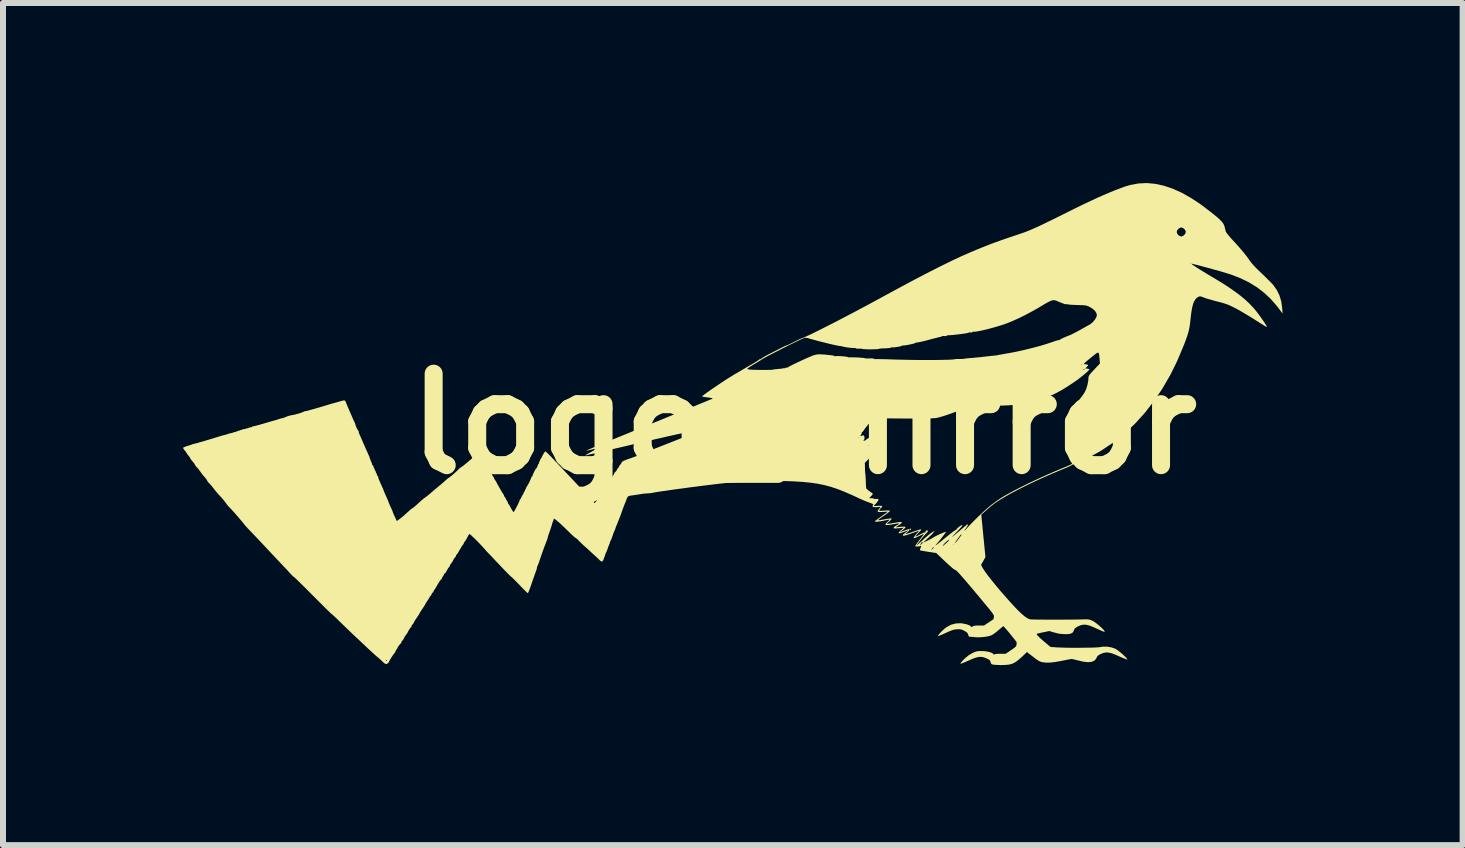
<source format=kicad_pcb>
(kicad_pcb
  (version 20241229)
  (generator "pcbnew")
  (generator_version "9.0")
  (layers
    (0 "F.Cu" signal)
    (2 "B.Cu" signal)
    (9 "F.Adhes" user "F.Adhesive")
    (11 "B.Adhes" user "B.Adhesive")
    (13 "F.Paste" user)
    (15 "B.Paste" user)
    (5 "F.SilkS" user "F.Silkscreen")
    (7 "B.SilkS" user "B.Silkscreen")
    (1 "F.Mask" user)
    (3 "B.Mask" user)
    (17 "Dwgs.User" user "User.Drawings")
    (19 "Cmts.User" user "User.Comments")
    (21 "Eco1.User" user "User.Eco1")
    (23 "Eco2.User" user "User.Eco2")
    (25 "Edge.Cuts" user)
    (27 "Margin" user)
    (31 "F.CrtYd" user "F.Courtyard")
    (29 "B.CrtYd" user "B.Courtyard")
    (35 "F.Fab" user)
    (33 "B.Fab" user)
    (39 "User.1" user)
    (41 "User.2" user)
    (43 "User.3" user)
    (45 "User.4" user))
  (footprint "logo_mirror"
    (layer "F.Cu")
    (at 10.344 4.011)
    (property "Reference" "logo_mirror" (at 0 0 0) (layer "F.SilkS") (effects (font (size 1.524 1.524) (thickness 0.3))))
    (attr board_only exclude_from_pos_files exclude_from_bom)
    (fp_poly (pts (xy 3.651 0.455) (xy 3.646 0.46) (xy 3.641 0.455) (xy 3.646 0.45)) (stroke (width 0) (type solid)) (fill yes) (layer "F.SilkS"))
    (fp_poly (pts (xy 5.574 -4.004) (xy 5.439 -3.979) (xy 5.35 -3.953) (xy 5.264 -3.921) (xy 5.177 -3.888) (xy 5.087 -3.851) (xy 4.991 -3.81) (xy 4.887 -3.764) (xy 4.775 -3.712) (xy 4.65 -3.653) (xy 4.513 -3.586) (xy 4.369 -3.514) (xy 4.25 -3.455) (xy 4.147 -3.404) (xy 4.058 -3.361) (xy 3.98 -3.323) (xy 3.913 -3.291) (xy 3.853 -3.264) (xy 3.799 -3.24) (xy 3.749 -3.219) (xy 3.701 -3.2) (xy 3.652 -3.182) (xy 3.602 -3.165) (xy 3.547 -3.146) (xy 3.504 -3.132) (xy 3.376 -3.089) (xy 3.253 -3.046) (xy 3.132 -3.002) (xy 3.014 -2.956) (xy 2.895 -2.908) (xy 2.774 -2.857) (xy 2.65 -2.803) (xy 2.522 -2.744) (xy 2.388 -2.679) (xy 2.246 -2.609) (xy 2.096 -2.533) (xy 1.934 -2.449) (xy 1.761 -2.358) (xy 1.574 -2.257) (xy 1.372 -2.148) (xy 1.281 -2.098) (xy 1.164 -2.035) (xy 1.046 -1.971) (xy 0.927 -1.908) (xy 0.809 -1.845) (xy 0.692 -1.784) (xy 0.58 -1.725) (xy 0.472 -1.67) (xy 0.37 -1.618) (xy 0.277 -1.571) (xy 0.193 -1.529) (xy 0.12 -1.493) (xy 0.059 -1.465) (xy 0.011 -1.443) (xy -0.021 -1.43) (xy -0.034 -1.426) (xy -0.046 -1.421) (xy -0.073 -1.409) (xy -0.111 -1.391) (xy -0.155 -1.369) (xy -0.168 -1.362) (xy -0.212 -1.34) (xy -0.249 -1.322) (xy -0.276 -1.31) (xy -0.289 -1.305) (xy -0.29 -1.306) (xy -0.298 -1.303) (xy -0.321 -1.293) (xy -0.355 -1.276) (xy -0.398 -1.255) (xy -0.411 -1.248) (xy -0.465 -1.22) (xy -0.521 -1.191) (xy -0.572 -1.165) (xy -0.611 -1.145) (xy -0.649 -1.124) (xy -0.682 -1.105) (xy -0.705 -1.089) (xy -0.71 -1.086) (xy -0.724 -1.075) (xy -0.73 -1.076) (xy -0.736 -1.076) (xy -0.752 -1.065) (xy -0.753 -1.063) (xy -0.768 -1.052) (xy -0.798 -1.033) (xy -0.839 -1.008) (xy -0.889 -0.979) (xy -0.944 -0.947) (xy -0.955 -0.941) (xy -1.021 -0.902) (xy -1.093 -0.86) (xy -1.165 -0.818) (xy -1.229 -0.778) (xy -1.272 -0.752) (xy -1.318 -0.722) (xy -1.37 -0.688) (xy -1.425 -0.651) (xy -1.481 -0.613) (xy -1.535 -0.576) (xy -1.586 -0.541) (xy -1.63 -0.509) (xy -1.665 -0.483) (xy -1.688 -0.465) (xy -1.698 -0.455) (xy -1.698 -0.455) (xy -1.688 -0.452) (xy -1.662 -0.448) (xy -1.625 -0.442) (xy -1.601 -0.439) (xy -1.559 -0.433) (xy -1.533 -0.429) (xy -1.522 -0.425) (xy -1.523 -0.42) (xy -1.532 -0.415) (xy -1.544 -0.409) (xy -1.574 -0.397) (xy -1.619 -0.378) (xy -1.68 -0.353) (xy -1.754 -0.323) (xy -1.841 -0.287) (xy -1.939 -0.247) (xy -2.047 -0.203) (xy -2.164 -0.155) (xy -2.289 -0.104) (xy -2.42 -0.05) (xy -2.557 0.005) (xy -2.594 0.02) (xy -2.731 0.076) (xy -2.862 0.13) (xy -2.987 0.181) (xy -3.105 0.229) (xy -3.213 0.274) (xy -3.312 0.314) (xy -3.399 0.351) (xy -3.474 0.382) (xy -3.535 0.407) (xy -3.582 0.427) (xy -3.613 0.44) (xy -3.627 0.447) (xy -3.628 0.447) (xy -3.623 0.448) (xy -3.61 0.446) (xy -3.587 0.441) (xy -3.551 0.433) (xy -3.5 0.42) (xy -3.436 0.404) (xy -3.437 0.407) (xy -3.452 0.417) (xy -3.48 0.433) (xy -3.518 0.454) (xy -3.523 0.458) (xy -3.579 0.488) (xy -3.617 0.51) (xy -3.638 0.524) (xy -3.641 0.529) (xy -3.631 0.526) (xy -3.619 0.523) (xy -3.59 0.516) (xy -3.543 0.505) (xy -3.481 0.491) (xy -3.406 0.473) (xy -3.318 0.453) (xy -3.22 0.43) (xy -3.112 0.405) (xy -2.995 0.378) (xy -2.873 0.349) (xy -2.769 0.325) (xy -2.62 0.291) (xy -2.488 0.26) (xy -2.373 0.234) (xy -2.274 0.211) (xy -2.189 0.192) (xy -2.117 0.176) (xy -2.056 0.163) (xy -2.006 0.153) (xy -1.966 0.145) (xy -1.933 0.139) (xy -1.906 0.135) (xy -1.885 0.133) (xy -1.867 0.132) (xy -1.852 0.132) (xy -1.85 0.132) (xy -1.777 0.135) (xy -2.216 0.309) (xy -2.308 0.345) (xy -2.397 0.38) (xy -2.48 0.413) (xy -2.555 0.443) (xy -2.62 0.47) (xy -2.673 0.491) (xy -2.712 0.507) (xy -2.731 0.515) (xy -2.775 0.533) (xy -2.829 0.553) (xy -2.884 0.573) (xy -2.906 0.58) (xy -2.964 0.601) (xy -3.005 0.618) (xy -3.029 0.634) (xy -3.04 0.649) (xy -3.041 0.655) (xy -3.048 0.669) (xy -3.061 0.683) (xy -3.076 0.701) (xy -3.081 0.715) (xy -3.086 0.729) (xy -3.09 0.73) (xy -3.099 0.739) (xy -3.111 0.759) (xy -3.111 0.761) (xy -3.127 0.787) (xy -3.145 0.806) (xy -3.158 0.816) (xy -3.158 0.82) (xy -3.158 0.827) (xy -3.167 0.845) (xy -3.171 0.849) (xy -3.184 0.872) (xy -3.191 0.888) (xy -3.191 0.889) (xy -3.199 0.902) (xy -3.211 0.91) (xy -3.227 0.926) (xy -3.231 0.938) (xy -3.239 0.957) (xy -3.252 0.968) (xy -3.265 0.981) (xy -3.267 0.989) (xy -3.27 1.001) (xy -3.282 1.016) (xy -3.296 1.033) (xy -3.301 1.046) (xy -3.308 1.062) (xy -3.317 1.071) (xy -3.335 1.092) (xy -3.343 1.105) (xy -3.371 1.157) (xy -3.395 1.189) (xy -3.408 1.207) (xy -3.411 1.217) (xy -3.418 1.231) (xy -3.431 1.245) (xy -3.444 1.261) (xy -3.446 1.27) (xy -3.45 1.281) (xy -3.464 1.298) (xy -3.465 1.299) (xy -3.488 1.321) (xy -3.557 1.248) (xy -3.594 1.208) (xy -3.633 1.167) (xy -3.666 1.131) (xy -3.676 1.12) (xy -3.698 1.096) (xy -3.731 1.061) (xy -3.771 1.017) (xy -3.817 0.968) (xy -3.865 0.917) (xy -3.881 0.9) (xy -3.937 0.841) (xy -3.998 0.776) (xy -4.06 0.71) (xy -4.117 0.649) (xy -4.166 0.598) (xy -4.207 0.554) (xy -4.244 0.517) (xy -4.275 0.487) (xy -4.297 0.467) (xy -4.308 0.46) (xy -4.308 0.46) (xy -4.318 0.469) (xy -4.333 0.491) (xy -4.35 0.522) (xy -4.352 0.525) (xy -4.368 0.558) (xy -4.383 0.583) (xy -4.392 0.595) (xy -4.392 0.596) (xy -4.398 0.607) (xy -4.397 0.61) (xy -4.399 0.622) (xy -4.406 0.63) (xy -4.416 0.647) (xy -4.415 0.656) (xy -4.416 0.668) (xy -4.421 0.67) (xy -4.43 0.678) (xy -4.432 0.686) (xy -4.437 0.704) (xy -4.449 0.729) (xy -4.464 0.752) (xy -4.472 0.76) (xy -4.481 0.774) (xy -4.494 0.799) (xy -4.507 0.828) (xy -4.518 0.853) (xy -4.522 0.868) (xy -4.522 0.868) (xy -4.528 0.879) (xy -4.532 0.88) (xy -4.541 0.888) (xy -4.542 0.894) (xy -4.546 0.909) (xy -4.558 0.936) (xy -4.573 0.969) (xy -4.59 1.001) (xy -4.604 1.027) (xy -4.614 1.041) (xy -4.615 1.041) (xy -4.624 1.056) (xy -4.625 1.063) (xy -4.634 1.083) (xy -4.641 1.094) (xy -4.648 1.107) (xy -4.647 1.11) (xy -4.646 1.117) (xy -4.657 1.13) (xy -4.668 1.145) (xy -4.669 1.15) (xy -4.67 1.158) (xy -4.68 1.176) (xy -4.687 1.187) (xy -4.702 1.212) (xy -4.711 1.232) (xy -4.712 1.237) (xy -4.718 1.249) (xy -4.722 1.25) (xy -4.731 1.258) (xy -4.732 1.262) (xy -4.736 1.278) (xy -4.747 1.305) (xy -4.763 1.34) (xy -4.782 1.377) (xy -4.801 1.414) (xy -4.818 1.444) (xy -4.831 1.465) (xy -4.837 1.471) (xy -4.846 1.462) (xy -4.861 1.44) (xy -4.878 1.41) (xy -4.88 1.406) (xy -4.898 1.373) (xy -4.913 1.348) (xy -4.922 1.335) (xy -4.923 1.335) (xy -4.931 1.321) (xy -4.932 1.315) (xy -4.938 1.296) (xy -4.947 1.283) (xy -4.959 1.265) (xy -4.963 1.255) (xy -4.969 1.241) (xy -4.978 1.229) (xy -4.992 1.209) (xy -4.996 1.197) (xy -5.004 1.177) (xy -5.013 1.163) (xy -5.029 1.143) (xy -5.036 1.13) (xy -5.045 1.113) (xy -5.06 1.087) (xy -5.067 1.075) (xy -5.087 1.04) (xy -5.108 1.002) (xy -5.114 0.99) (xy -5.13 0.961) (xy -5.144 0.939) (xy -5.15 0.932) (xy -5.16 0.914) (xy -5.162 0.906) (xy -5.169 0.889) (xy -5.177 0.88) (xy -5.19 0.861) (xy -5.192 0.849) (xy -5.196 0.834) (xy -5.202 0.83) (xy -5.207 0.829) (xy -5.214 0.822) (xy -5.223 0.807) (xy -5.236 0.782) (xy -5.256 0.744) (xy -5.274 0.708) (xy -5.291 0.676) (xy -5.307 0.651) (xy -5.317 0.641) (xy -5.33 0.622) (xy -5.332 0.61) (xy -5.339 0.589) (xy -5.347 0.58) (xy -5.36 0.564) (xy -5.362 0.556) (xy -5.367 0.545) (xy -5.412 0.545) (xy -5.417 0.55) (xy -5.422 0.545) (xy -5.417 0.54) (xy -5.412 0.545) (xy -5.367 0.545) (xy -5.369 0.542) (xy -5.383 0.52) (xy -5.387 0.516) (xy -5.403 0.498) (xy -5.415 0.493) (xy -5.429 0.5) (xy -5.434 0.504) (xy -5.485 0.541) (xy -5.529 0.577) (xy -5.577 0.617) (xy -5.601 0.638) (xy -5.638 0.669) (xy -5.674 0.698) (xy -5.703 0.719) (xy -5.712 0.725) (xy -5.736 0.741) (xy -5.751 0.755) (xy -5.754 0.758) (xy -5.762 0.768) (xy -5.781 0.787) (xy -5.808 0.811) (xy -5.837 0.837) (xy -5.867 0.862) (xy -5.892 0.883) (xy -5.911 0.897) (xy -5.918 0.9) (xy -5.918 0.9) (xy -5.925 0.904) (xy -5.942 0.918) (xy -5.963 0.937) (xy -5.998 0.968) (xy -6.036 1.001) (xy -6.055 1.017) (xy -6.083 1.04) (xy -6.12 1.071) (xy -6.161 1.106) (xy -6.192 1.132) (xy -6.23 1.165) (xy -6.265 1.194) (xy -6.294 1.216) (xy -6.309 1.227) (xy -6.33 1.242) (xy -6.359 1.266) (xy -6.392 1.295) (xy -6.403 1.305) (xy -6.453 1.351) (xy -6.491 1.384) (xy -6.515 1.403) (xy -6.529 1.41) (xy -6.529 1.411) (xy -6.539 1.417) (xy -6.559 1.434) (xy -6.586 1.458) (xy -6.592 1.463) (xy -6.641 1.508) (xy -6.683 1.545) (xy -6.723 1.577) (xy -6.745 1.593) (xy -6.782 1.621) (xy -6.813 1.555) (xy -6.829 1.521) (xy -6.841 1.493) (xy -6.847 1.478) (xy -6.847 1.477) (xy -6.852 1.461) (xy -6.862 1.436) (xy -6.867 1.426) (xy -6.883 1.39) (xy -6.899 1.356) (xy -6.901 1.351) (xy -6.912 1.327) (xy -6.918 1.312) (xy -6.918 1.311) (xy -6.925 1.291) (xy -6.938 1.259) (xy -6.953 1.225) (xy -6.976 1.174) (xy -6.992 1.138) (xy -7.001 1.115) (xy -7.005 1.103) (xy -7.005 1.1) (xy -7.009 1.089) (xy -7.016 1.075) (xy -7.025 1.058) (xy -7.028 1.05) (xy -7.032 1.039) (xy -7.042 1.016) (xy -7.046 1.008) (xy -7.067 0.961) (xy -7.081 0.929) (xy -7.089 0.907) (xy -7.092 0.893) (xy -7.093 0.886) (xy -7.098 0.872) (xy -7.103 0.87) (xy -7.111 0.862) (xy -7.113 0.851) (xy -7.117 0.832) (xy -7.123 0.825) (xy -7.131 0.811) (xy -7.133 0.8) (xy -7.137 0.784) (xy -7.144 0.78) (xy -7.151 0.773) (xy -7.15 0.768) (xy -7.153 0.751) (xy -7.16 0.742) (xy -7.169 0.727) (xy -7.168 0.721) (xy -7.17 0.709) (xy -7.178 0.7) (xy -7.19 0.685) (xy -7.193 0.678) (xy -7.197 0.663) (xy -7.206 0.639) (xy -7.207 0.637) (xy -7.224 0.597) (xy -7.234 0.571) (xy -7.237 0.556) (xy -7.238 0.555) (xy -7.243 0.539) (xy -7.248 0.53) (xy -7.256 0.515) (xy -7.258 0.51) (xy -7.262 0.499) (xy -7.272 0.476) (xy -7.277 0.465) (xy -7.307 0.399) (xy -7.328 0.35) (xy -7.342 0.32) (xy -7.344 0.315) (xy -7.359 0.278) (xy -7.378 0.235) (xy -7.395 0.196) (xy -7.408 0.167) (xy -7.409 0.166) (xy -7.417 0.144) (xy -7.417 0.129) (xy -7.417 0.129) (xy -7.418 0.12) (xy -7.42 0.12) (xy -7.428 0.112) (xy -7.44 0.091) (xy -7.454 0.064) (xy -7.465 0.037) (xy -7.472 0.016) (xy -7.473 0.011) (xy -7.477 -0.003) (xy -7.488 -0.027) (xy -7.494 -0.042) (xy -7.509 -0.072) (xy -7.52 -0.098) (xy -7.523 -0.105) (xy -7.532 -0.126) (xy -7.545 -0.156) (xy -7.551 -0.17) (xy -7.568 -0.208) (xy -7.586 -0.251) (xy -7.605 -0.294) (xy -7.621 -0.333) (xy -7.632 -0.362) (xy -7.636 -0.373) (xy -7.65 -0.387) (xy -7.662 -0.39) (xy -7.676 -0.387) (xy -7.707 -0.38) (xy -7.751 -0.367) (xy -7.808 -0.351) (xy -7.873 -0.333) (xy -7.944 -0.312) (xy -7.967 -0.305) (xy -8.04 -0.283) (xy -8.108 -0.263) (xy -8.167 -0.246) (xy -8.217 -0.232) (xy -8.253 -0.222) (xy -8.273 -0.216) (xy -8.275 -0.216) (xy -8.295 -0.212) (xy -8.303 -0.21) (xy -8.317 -0.209) (xy -8.317 -0.209) (xy -8.331 -0.204) (xy -8.332 -0.203) (xy -8.345 -0.196) (xy -8.371 -0.186) (xy -8.406 -0.174) (xy -8.446 -0.163) (xy -8.484 -0.153) (xy -8.515 -0.146) (xy -8.524 -0.145) (xy -8.557 -0.139) (xy -8.592 -0.129) (xy -8.623 -0.118) (xy -8.638 -0.111) (xy -8.653 -0.105) (xy -8.68 -0.096) (xy -8.703 -0.091) (xy -8.735 -0.082) (xy -8.76 -0.075) (xy -8.768 -0.072) (xy -8.787 -0.064) (xy -8.793 -0.063) (xy -8.807 -0.06) (xy -8.837 -0.051) (xy -8.88 -0.039) (xy -8.932 -0.024) (xy -8.99 -0.007) (xy -8.993 -0.006) (xy -9.051 0.011) (xy -9.102 0.025) (xy -9.143 0.036) (xy -9.172 0.042) (xy -9.185 0.044) (xy -9.186 0.044) (xy -9.193 0.046) (xy -9.194 0.05) (xy -9.201 0.058) (xy -9.208 0.057) (xy -9.224 0.057) (xy -9.229 0.061) (xy -9.241 0.066) (xy -9.244 0.065) (xy -9.256 0.067) (xy -9.259 0.071) (xy -9.273 0.077) (xy -9.28 0.076) (xy -9.292 0.076) (xy -9.294 0.079) (xy -9.302 0.085) (xy -9.323 0.088) (xy -9.324 0.088) (xy -9.351 0.092) (xy -9.369 0.101) (xy -9.381 0.107) (xy -9.384 0.105) (xy -9.39 0.104) (xy -9.399 0.11) (xy -9.411 0.117) (xy -9.414 0.115) (xy -9.42 0.114) (xy -9.429 0.12) (xy -9.441 0.127) (xy -9.444 0.125) (xy -9.45 0.124) (xy -9.459 0.13) (xy -9.471 0.138) (xy -9.474 0.137) (xy -9.482 0.137) (xy -9.502 0.143) (xy -9.509 0.146) (xy -9.531 0.154) (xy -9.543 0.156) (xy -9.544 0.156) (xy -9.552 0.156) (xy -9.573 0.162) (xy -9.586 0.166) (xy -9.617 0.177) (xy -9.643 0.184) (xy -9.649 0.186) (xy -9.668 0.19) (xy -9.7 0.199) (xy -9.734 0.209) (xy -9.84 0.242) (xy -9.928 0.268) (xy -10 0.29) (xy -10.057 0.306) (xy -10.101 0.319) (xy -10.133 0.327) (xy -10.154 0.333) (xy -10.164 0.334) (xy -10.184 0.34) (xy -10.189 0.342) (xy -10.203 0.348) (xy -10.231 0.357) (xy -10.266 0.368) (xy -10.272 0.369) (xy -10.306 0.381) (xy -10.332 0.392) (xy -10.344 0.401) (xy -10.344 0.402) (xy -10.338 0.415) (xy -10.322 0.437) (xy -10.314 0.447) (xy -10.296 0.469) (xy -10.285 0.486) (xy -10.284 0.489) (xy -10.278 0.501) (xy -10.262 0.521) (xy -10.254 0.53) (xy -10.236 0.552) (xy -10.225 0.57) (xy -10.224 0.574) (xy -10.218 0.587) (xy -10.201 0.609) (xy -10.184 0.629) (xy -10.162 0.655) (xy -10.148 0.676) (xy -10.144 0.685) (xy -10.137 0.699) (xy -10.121 0.719) (xy -10.113 0.726) (xy -10.087 0.755) (xy -10.064 0.787) (xy -10.061 0.79) (xy -10.043 0.816) (xy -10.018 0.849) (xy -9.992 0.879) (xy -9.968 0.907) (xy -9.951 0.93) (xy -9.944 0.944) (xy -9.944 0.944) (xy -9.937 0.958) (xy -9.92 0.979) (xy -9.909 0.991) (xy -9.882 1.019) (xy -9.853 1.054) (xy -9.837 1.075) (xy -9.813 1.106) (xy -9.781 1.144) (xy -9.746 1.184) (xy -9.731 1.2) (xy -9.697 1.237) (xy -9.665 1.276) (xy -9.639 1.308) (xy -9.631 1.32) (xy -9.609 1.35) (xy -9.587 1.376) (xy -9.578 1.385) (xy -9.556 1.408) (xy -9.525 1.441) (xy -9.489 1.481) (xy -9.45 1.525) (xy -9.411 1.571) (xy -9.375 1.613) (xy -9.344 1.65) (xy -9.323 1.678) (xy -9.314 1.689) (xy -9.304 1.701) (xy -9.283 1.724) (xy -9.254 1.755) (xy -9.22 1.791) (xy -9.217 1.794) (xy -9.183 1.829) (xy -9.139 1.875) (xy -9.089 1.928) (xy -9.035 1.985) (xy -8.981 2.042) (xy -8.959 2.066) (xy -8.902 2.127) (xy -8.839 2.194) (xy -8.776 2.261) (xy -8.716 2.324) (xy -8.665 2.379) (xy -8.654 2.39) (xy -8.612 2.434) (xy -8.575 2.475) (xy -8.544 2.508) (xy -8.522 2.532) (xy -8.511 2.544) (xy -8.511 2.545) (xy -8.504 2.55) (xy -8.504 2.546) (xy -8.497 2.551) (xy -8.477 2.569) (xy -8.447 2.598) (xy -8.406 2.638) (xy -8.357 2.686) (xy -8.301 2.741) (xy -8.24 2.803) (xy -8.189 2.854) (xy -8.123 2.92) (xy -8.062 2.981) (xy -8.007 3.036) (xy -7.959 3.083) (xy -7.919 3.122) (xy -7.89 3.151) (xy -7.872 3.167) (xy -7.867 3.171) (xy -7.857 3.178) (xy -7.837 3.196) (xy -7.807 3.224) (xy -7.771 3.258) (xy -7.754 3.276) (xy -7.706 3.322) (xy -7.654 3.373) (xy -7.603 3.422) (xy -7.56 3.463) (xy -7.558 3.465) (xy -7.512 3.509) (xy -7.46 3.558) (xy -7.41 3.605) (xy -7.383 3.63) (xy -7.313 3.696) (xy -7.256 3.75) (xy -7.21 3.792) (xy -7.175 3.825) (xy -7.147 3.85) (xy -7.127 3.868) (xy -7.112 3.88) (xy -7.108 3.883) (xy -7.083 3.904) (xy -7.053 3.931) (xy -7.039 3.944) (xy -7.005 3.977) (xy -6.981 3.996) (xy -6.962 4.003) (xy -6.947 4) (xy -6.935 3.992) (xy -6.919 3.977) (xy -6.913 3.967) (xy -6.908 3.954) (xy -6.899 3.938) (xy -6.946 3.938) (xy -6.948 3.942) (xy -6.957 3.951) (xy -6.958 3.952) (xy -6.963 3.944) (xy -6.963 3.942) (xy -6.955 3.932) (xy -6.952 3.932) (xy -6.946 3.938) (xy -6.899 3.938) (xy -6.894 3.929) (xy -6.876 3.898) (xy -6.855 3.867) (xy -6.836 3.839) (xy -6.821 3.82) (xy -6.815 3.814) (xy -6.807 3.805) (xy -6.808 3.802) (xy -6.805 3.789) (xy -6.794 3.77) (xy -6.793 3.769) (xy -6.779 3.749) (xy -6.773 3.737) (xy -6.773 3.737) (xy -6.767 3.724) (xy -6.753 3.702) (xy -6.736 3.68) (xy -6.72 3.663) (xy -6.715 3.658) (xy -6.706 3.647) (xy -6.707 3.642) (xy -6.706 3.636) (xy -7.313 3.636) (xy -7.318 3.641) (xy -7.323 3.636) (xy -7.318 3.631) (xy -7.313 3.636) (xy -6.706 3.636) (xy -6.705 3.63) (xy -6.696 3.62) (xy -6.679 3.6) (xy -6.671 3.587) (xy -6.645 3.538) (xy -6.62 3.504) (xy -6.607 3.486) (xy -6.602 3.476) (xy -7.483 3.476) (xy -7.488 3.481) (xy -7.493 3.476) (xy -7.488 3.471) (xy -7.483 3.476) (xy -6.602 3.476) (xy -6.594 3.46) (xy -6.58 3.435) (xy -6.563 3.41) (xy -6.548 3.391) (xy -6.543 3.386) (xy -6.536 3.375) (xy -6.537 3.372) (xy -6.535 3.36) (xy -6.526 3.35) (xy -6.509 3.33) (xy -6.502 3.317) (xy -6.495 3.302) (xy -6.485 3.285) (xy -6.471 3.263) (xy -6.449 3.23) (xy -6.435 3.209) (xy -6.417 3.183) (xy -6.406 3.163) (xy -6.403 3.156) (xy -6.397 3.146) (xy -6.384 3.124) (xy -6.37 3.103) (xy -6.343 3.063) (xy -6.325 3.036) (xy -7.943 3.036) (xy -7.948 3.041) (xy -7.953 3.036) (xy -7.948 3.031) (xy -7.943 3.036) (xy -6.325 3.036) (xy -6.325 3.036) (xy -6.314 3.017) (xy -6.307 3.004) (xy -6.306 3.001) (xy -6.296 2.985) (xy -6.28 2.959) (xy -6.266 2.939) (xy -6.248 2.911) (xy -6.236 2.89) (xy -6.232 2.881) (xy -6.226 2.871) (xy -6.223 2.871) (xy -6.214 2.863) (xy -6.204 2.842) (xy -6.204 2.841) (xy -6.194 2.82) (xy -6.183 2.811) (xy -6.183 2.811) (xy -6.173 2.803) (xy -6.172 2.797) (xy -6.166 2.778) (xy -6.159 2.769) (xy -6.145 2.751) (xy -6.132 2.729) (xy -6.107 2.686) (xy -6.084 2.647) (xy -6.063 2.616) (xy -6.048 2.596) (xy -6.042 2.591) (xy -6.033 2.583) (xy -6.032 2.577) (xy -6.026 2.558) (xy -6.019 2.549) (xy -6.004 2.528) (xy -5.998 2.513) (xy -5.989 2.496) (xy -5.981 2.491) (xy -5.97 2.483) (xy -5.962 2.468) (xy -5.928 2.408) (xy -5.907 2.381) (xy -5.897 2.367) (xy -5.897 2.361) (xy -5.898 2.355) (xy -5.887 2.341) (xy -5.869 2.316) (xy -8.663 2.316) (xy -8.668 2.321) (xy -8.673 2.316) (xy -8.668 2.311) (xy -8.663 2.316) (xy -5.869 2.316) (xy -5.853 2.293) (xy -5.834 2.255) (xy -5.819 2.232) (xy -5.808 2.222) (xy -5.798 2.208) (xy -5.797 2.201) (xy -5.795 2.189) (xy -5.786 2.18) (xy -5.769 2.16) (xy -5.761 2.146) (xy -5.749 2.124) (xy -5.733 2.097) (xy -5.732 2.096) (xy -5.717 2.071) (xy -5.706 2.052) (xy -5.706 2.051) (xy -5.695 2.033) (xy -5.679 2.013) (xy -5.667 1.998) (xy -5.667 1.991) (xy -5.667 1.991) (xy -5.667 1.985) (xy -5.657 1.971) (xy -5.643 1.953) (xy -5.628 1.931) (xy -5.611 1.899) (xy -5.597 1.873) (xy -5.584 1.85) (xy -5.573 1.837) (xy -5.572 1.836) (xy -5.563 1.841) (xy -5.543 1.858) (xy -5.515 1.885) (xy -5.48 1.918) (xy -5.443 1.955) (xy -5.405 1.994) (xy -5.369 2.032) (xy -5.338 2.066) (xy -5.321 2.085) (xy -5.294 2.116) (xy -5.266 2.146) (xy -5.257 2.156) (xy -5.242 2.171) (xy -5.215 2.199) (xy -5.179 2.237) (xy -5.137 2.282) (xy -5.09 2.331) (xy -5.057 2.366) (xy -5.01 2.416) (xy -4.967 2.46) (xy -4.93 2.498) (xy -4.901 2.527) (xy -4.882 2.544) (xy -4.876 2.549) (xy -4.866 2.557) (xy -4.845 2.577) (xy -4.815 2.607) (xy -4.778 2.645) (xy -4.738 2.686) (xy -4.697 2.729) (xy -4.661 2.766) (xy -4.631 2.795) (xy -4.611 2.814) (xy -4.602 2.821) (xy -4.598 2.819) (xy -4.593 2.813) (xy -4.586 2.799) (xy -4.577 2.775) (xy -4.563 2.738) (xy -4.545 2.687) (xy -4.531 2.646) (xy -4.513 2.593) (xy -4.494 2.54) (xy -4.477 2.492) (xy -4.468 2.467) (xy -4.456 2.433) (xy -4.448 2.406) (xy -4.447 2.391) (xy -4.447 2.391) (xy -4.446 2.38) (xy -4.444 2.379) (xy -4.438 2.369) (xy -4.428 2.344) (xy -4.414 2.308) (xy -4.405 2.281) (xy -4.38 2.207) (xy -4.355 2.136) (xy -4.332 2.071) (xy -4.311 2.016) (xy -4.295 1.974) (xy -4.289 1.958) (xy -4.277 1.928) (xy -4.269 1.902) (xy -4.268 1.898) (xy -4.263 1.873) (xy -4.259 1.861) (xy -4.24 1.808) (xy -4.239 1.806) (xy -9.144 1.806) (xy -9.149 1.811) (xy -9.154 1.806) (xy -9.149 1.801) (xy -9.144 1.806) (xy -4.239 1.806) (xy -4.22 1.751) (xy -4.203 1.698) (xy -4.196 1.671) (xy -4.186 1.639) (xy -4.176 1.614) (xy -4.171 1.605) (xy -4.167 1.591) (xy -4.169 1.586) (xy -4.168 1.581) (xy -4.159 1.582) (xy -4.144 1.591) (xy -4.117 1.612) (xy -4.078 1.646) (xy -4.03 1.69) (xy -3.973 1.744) (xy -3.91 1.806) (xy -3.882 1.833) (xy -3.852 1.862) (xy -3.826 1.885) (xy -3.809 1.899) (xy -3.804 1.901) (xy -3.793 1.908) (xy -3.772 1.925) (xy -3.75 1.948) (xy -3.717 1.982) (xy -3.681 2.016) (xy -3.661 2.034) (xy -3.62 2.07) (xy -3.571 2.115) (xy -3.519 2.163) (xy -3.468 2.21) (xy -3.425 2.25) (xy -3.418 2.257) (xy -3.392 2.282) (xy -3.375 2.293) (xy -3.364 2.295) (xy -3.355 2.289) (xy -3.341 2.27) (xy -3.338 2.26) (xy -3.332 2.24) (xy -3.33 2.236) (xy -3.323 2.221) (xy -3.314 2.195) (xy -3.311 2.186) (xy -3.302 2.158) (xy -3.293 2.139) (xy -3.291 2.136) (xy -3.284 2.121) (xy -3.274 2.094) (xy -3.266 2.071) (xy -3.255 2.038) (xy -3.244 2.013) (xy -3.239 2.003) (xy -3.233 1.993) (xy -3.235 1.991) (xy -3.235 1.983) (xy -3.227 1.963) (xy -3.22 1.949) (xy -3.204 1.913) (xy -3.189 1.872) (xy -3.184 1.857) (xy -3.174 1.826) (xy -3.165 1.803) (xy -3.162 1.796) (xy -3.154 1.78) (xy -3.144 1.754) (xy -3.141 1.746) (xy -3.132 1.718) (xy -3.124 1.699) (xy -3.123 1.696) (xy -3.116 1.682) (xy -3.116 1.681) (xy -3.111 1.669) (xy -3.102 1.645) (xy -3.091 1.617) (xy -3.084 1.601) (xy -3.078 1.585) (xy -3.076 1.581) (xy -3.071 1.568) (xy -3.068 1.561) (xy -3.061 1.542) (xy -3.051 1.514) (xy -3.046 1.501) (xy -3.025 1.44) (xy -3.008 1.395) (xy -2.996 1.363) (xy -2.987 1.339) (xy -2.979 1.321) (xy -2.976 1.314) (xy -2.966 1.291) (xy -2.961 1.276) (xy -2.961 1.276) (xy -2.957 1.263) (xy -2.948 1.24) (xy -2.945 1.235) (xy -2.937 1.219) (xy -2.927 1.209) (xy -2.91 1.202) (xy -2.883 1.196) (xy -2.843 1.191) (xy -2.796 1.184) (xy -2.75 1.177) (xy -2.714 1.171) (xy -2.708 1.17) (xy -2.667 1.164) (xy -2.625 1.161) (xy -2.615 1.16) (xy -2.575 1.158) (xy -2.535 1.153) (xy -2.528 1.151) (xy -2.494 1.145) (xy -2.443 1.136) (xy -2.377 1.126) (xy -2.299 1.115) (xy -2.21 1.102) (xy -2.113 1.088) (xy -2.01 1.075) (xy -1.904 1.06) (xy -1.798 1.047) (xy -1.693 1.033) (xy -1.592 1.021) (xy -1.498 1.009) (xy -1.412 0.999) (xy -1.338 0.991) (xy -1.277 0.984) (xy -1.235 0.981) (xy -1.131 0.974) (xy -1.015 0.968) (xy -0.892 0.963) (xy -0.765 0.959) (xy -0.637 0.956) (xy -0.513 0.954) (xy -0.397 0.954) (xy -0.291 0.955) (xy -0.201 0.958) (xy -0.174 0.959) (xy -0.026 0.968) (xy 0.106 0.981) (xy 0.227 0.998) (xy 0.34 1.021) (xy 0.449 1.05) (xy 0.56 1.087) (xy 0.675 1.132) (xy 0.799 1.186) (xy 0.84 1.205) (xy 0.896 1.231) (xy 0.95 1.256) (xy 0.998 1.277) (xy 1.035 1.292) (xy 1.05 1.298) (xy 1.098 1.316) (xy 1.13 1.328) (xy 1.148 1.336) (xy 1.156 1.343) (xy 1.156 1.348) (xy 1.151 1.355) (xy 1.15 1.356) (xy 1.142 1.374) (xy 1.154 1.385) (xy 1.183 1.39) (xy 1.219 1.389) (xy 1.279 1.384) (xy 1.249 1.422) (xy 1.233 1.445) (xy 1.229 1.459) (xy 1.238 1.468) (xy 1.262 1.471) (xy 1.304 1.469) (xy 1.329 1.468) (xy 1.367 1.465) (xy 1.388 1.465) (xy 1.394 1.467) (xy 1.389 1.473) (xy 1.381 1.479) (xy 1.361 1.493) (xy 1.331 1.514) (xy 1.297 1.539) (xy 1.291 1.543) (xy 1.257 1.567) (xy 1.226 1.59) (xy 1.204 1.605) (xy 1.202 1.606) (xy 1.186 1.62) (xy 1.185 1.629) (xy 1.199 1.633) (xy 1.23 1.631) (xy 1.279 1.624) (xy 1.326 1.616) (xy 1.22 1.616) (xy 1.215 1.621) (xy 1.21 1.616) (xy 1.215 1.611) (xy 1.22 1.616) (xy 1.326 1.616) (xy 1.345 1.612) (xy 1.423 1.596) (xy 1.425 1.6) (xy 1.415 1.614) (xy 1.393 1.635) (xy 1.393 1.636) (xy 1.369 1.659) (xy 1.359 1.675) (xy 1.362 1.684) (xy 1.381 1.687) (xy 1.416 1.685) (xy 1.469 1.677) (xy 1.491 1.673) (xy 1.541 1.664) (xy 1.573 1.661) (xy 1.587 1.662) (xy 1.584 1.669) (xy 1.565 1.681) (xy 1.54 1.695) (xy 1.514 1.711) (xy 1.498 1.726) (xy 1.496 1.732) (xy 1.499 1.74) (xy 1.511 1.744) (xy 1.534 1.744) (xy 1.573 1.741) (xy 1.606 1.738) (xy 1.666 1.731) (xy 1.616 1.774) (xy 1.589 1.801) (xy 1.578 1.818) (xy 1.585 1.825) (xy 1.609 1.821) (xy 1.65 1.808) (xy 1.665 1.802) (xy 1.7 1.789) (xy 1.726 1.78) (xy 1.74 1.776) (xy 1.741 1.776) (xy 1.733 1.783) (xy 1.714 1.798) (xy 1.689 1.816) (xy 1.66 1.839) (xy 1.648 1.854) (xy 1.649 1.863) (xy 1.661 1.865) (xy 1.686 1.861) (xy 1.726 1.85) (xy 1.737 1.846) (xy 1.681 1.846) (xy 1.676 1.851) (xy 1.671 1.846) (xy 1.676 1.841) (xy 1.681 1.846) (xy 1.737 1.846) (xy 1.782 1.831) (xy 1.791 1.827) (xy 1.922 1.781) (xy 1.871 1.84) (xy 1.848 1.869) (xy 1.834 1.891) (xy 1.829 1.904) (xy 1.83 1.905) (xy 1.843 1.904) (xy 1.869 1.895) (xy 1.903 1.879) (xy 1.92 1.871) (xy 1.956 1.854) (xy 1.983 1.841) (xy 1.999 1.836) (xy 2.001 1.836) (xy 1.995 1.845) (xy 1.979 1.867) (xy 1.955 1.898) (xy 1.926 1.935) (xy 1.925 1.936) (xy 1.897 1.973) (xy 1.874 2.005) (xy 1.859 2.028) (xy 1.854 2.039) (xy 1.854 2.039) (xy 1.867 2.044) (xy 1.892 2.045) (xy 1.919 2.042) (xy 1.943 2.036) (xy 1.943 2.036) (xy 1.954 2.033) (xy 1.955 2.039) (xy 1.949 2.057) (xy 1.945 2.066) (xy 1.936 2.09) (xy 1.934 2.106) (xy 1.934 2.108) (xy 1.946 2.111) (xy 1.973 2.116) (xy 2.012 2.123) (xy 2.06 2.131) (xy 2.072 2.133) (xy 2.205 2.153) (xy 2.354 2.295) (xy 2.412 2.348) (xy 2.459 2.39) (xy 2.494 2.419) (xy 2.517 2.434) (xy 2.524 2.436) (xy 2.533 2.44) (xy 2.549 2.454) (xy 2.573 2.478) (xy 2.605 2.513) (xy 2.646 2.56) (xy 2.698 2.62) (xy 2.76 2.693) (xy 2.834 2.78) (xy 2.859 2.811) (xy 2.931 2.896) (xy 2.99 2.968) (xy 3.039 3.027) (xy 3.078 3.074) (xy 3.109 3.112) (xy 3.132 3.142) (xy 3.148 3.165) (xy 3.159 3.182) (xy 3.165 3.195) (xy 3.167 3.205) (xy 3.167 3.213) (xy 3.166 3.221) (xy 3.161 3.244) (xy 3.158 3.257) (xy 3.158 3.257) (xy 3.149 3.263) (xy 3.128 3.277) (xy 3.098 3.297) (xy 3.079 3.31) (xy 3.002 3.361) (xy 2.915 3.361) (xy 2.868 3.362) (xy 2.837 3.366) (xy 2.817 3.372) (xy 2.81 3.378) (xy 2.796 3.389) (xy 2.789 3.385) (xy 2.785 3.378) (xy 2.772 3.366) (xy 2.745 3.353) (xy 2.709 3.34) (xy 2.622 3.323) (xy 2.537 3.326) (xy 2.455 3.347) (xy 2.379 3.387) (xy 2.346 3.412) (xy 2.316 3.439) (xy 2.287 3.468) (xy 2.261 3.496) (xy 2.242 3.519) (xy 2.233 3.534) (xy 2.233 3.537) (xy 2.244 3.535) (xy 2.269 3.526) (xy 2.305 3.511) (xy 2.349 3.491) (xy 2.362 3.485) (xy 2.418 3.46) (xy 2.46 3.443) (xy 2.495 3.432) (xy 2.526 3.426) (xy 2.551 3.424) (xy 2.591 3.423) (xy 2.622 3.427) (xy 2.653 3.439) (xy 2.671 3.448) (xy 2.705 3.468) (xy 2.725 3.486) (xy 2.737 3.509) (xy 2.737 3.511) (xy 2.749 3.546) (xy 2.832 3.554) (xy 2.898 3.558) (xy 2.966 3.555) (xy 3.031 3.548) (xy 3.087 3.537) (xy 3.129 3.523) (xy 3.13 3.522) (xy 3.156 3.506) (xy 3.191 3.481) (xy 3.228 3.451) (xy 3.245 3.436) (xy 3.277 3.409) (xy 3.303 3.387) (xy 3.32 3.374) (xy 3.324 3.371) (xy 3.332 3.379) (xy 3.35 3.399) (xy 3.376 3.428) (xy 3.406 3.464) (xy 3.438 3.503) (xy 3.47 3.543) (xy 3.5 3.58) (xy 3.524 3.611) (xy 3.54 3.632) (xy 3.545 3.642) (xy 3.544 3.658) (xy 3.543 3.681) (xy 3.54 3.696) (xy 3.532 3.71) (xy 3.514 3.727) (xy 3.485 3.749) (xy 3.452 3.771) (xy 3.362 3.832) (xy 3.272 3.832) (xy 3.225 3.833) (xy 3.192 3.836) (xy 3.176 3.842) (xy 3.175 3.843) (xy 3.167 3.847) (xy 3.16 3.839) (xy 3.141 3.822) (xy 3.106 3.807) (xy 3.059 3.796) (xy 3.005 3.788) (xy 2.961 3.787) (xy 2.916 3.787) (xy 2.883 3.791) (xy 2.853 3.8) (xy 2.818 3.815) (xy 2.806 3.821) (xy 2.745 3.857) (xy 2.685 3.907) (xy 2.667 3.925) (xy 2.638 3.955) (xy 2.618 3.979) (xy 2.608 3.995) (xy 2.608 3.999) (xy 2.62 3.996) (xy 2.647 3.986) (xy 2.685 3.971) (xy 2.73 3.951) (xy 2.742 3.946) (xy 2.811 3.916) (xy 2.868 3.895) (xy 2.914 3.885) (xy 2.955 3.883) (xy 2.994 3.89) (xy 3.035 3.905) (xy 3.04 3.907) (xy 3.074 3.923) (xy 3.094 3.937) (xy 3.105 3.953) (xy 3.111 3.972) (xy 3.118 3.993) (xy 3.129 4.005) (xy 3.148 4.012) (xy 3.174 4.015) (xy 3.229 4.019) (xy 3.292 4.02) (xy 3.356 4.018) (xy 3.411 4.013) (xy 3.424 4.011) (xy 3.472 3.998) (xy 3.52 3.974) (xy 3.573 3.936) (xy 3.633 3.883) (xy 3.641 3.876) (xy 3.717 3.803) (xy 3.817 3.881) (xy 3.862 3.916) (xy 3.897 3.94) (xy 3.926 3.956) (xy 3.952 3.967) (xy 3.974 3.972) (xy 4.031 3.979) (xy 4.1 3.979) (xy 4.182 3.97) (xy 4.28 3.953) (xy 4.319 3.945) (xy 4.368 3.935) (xy 4.411 3.927) (xy 4.443 3.921) (xy 4.461 3.919) (xy 4.462 3.919) (xy 4.477 3.921) (xy 4.507 3.928) (xy 4.547 3.938) (xy 4.576 3.945) (xy 4.664 3.965) (xy 4.736 3.972) (xy 4.794 3.966) (xy 4.837 3.948) (xy 4.867 3.918) (xy 4.875 3.901) (xy 4.888 3.876) (xy 4.906 3.858) (xy 4.935 3.841) (xy 4.946 3.836) (xy 4.987 3.819) (xy 5.025 3.811) (xy 5.063 3.81) (xy 5.106 3.818) (xy 5.158 3.834) (xy 5.222 3.861) (xy 5.246 3.872) (xy 5.295 3.893) (xy 5.336 3.91) (xy 5.368 3.922) (xy 5.386 3.928) (xy 5.389 3.928) (xy 5.386 3.918) (xy 5.371 3.898) (xy 5.345 3.873) (xy 5.314 3.843) (xy 5.279 3.813) (xy 5.244 3.785) (xy 5.212 3.762) (xy 5.187 3.747) (xy 5.122 3.725) (xy 5.049 3.713) (xy 4.977 3.714) (xy 4.936 3.721) (xy 4.913 3.724) (xy 4.874 3.726) (xy 4.82 3.729) (xy 4.755 3.73) (xy 4.682 3.731) (xy 4.604 3.732) (xy 4.524 3.732) (xy 4.445 3.732) (xy 4.369 3.731) (xy 4.3 3.729) (xy 4.24 3.727) (xy 4.203 3.725) (xy 4.109 3.718) (xy 4.023 3.646) (xy 3.963 3.595) (xy 3.92 3.555) (xy 3.892 3.526) (xy 3.879 3.507) (xy 3.881 3.498) (xy 3.882 3.497) (xy 3.898 3.494) (xy 3.928 3.487) (xy 3.967 3.478) (xy 3.993 3.473) (xy 4.089 3.453) (xy 4.173 3.478) (xy 4.249 3.497) (xy 4.325 3.504) (xy 4.347 3.505) (xy 4.405 3.504) (xy 4.447 3.496) (xy 4.475 3.482) (xy 4.492 3.459) (xy 4.5 3.439) (xy 4.508 3.418) (xy 4.525 3.401) (xy 4.554 3.383) (xy 4.566 3.376) (xy 4.613 3.356) (xy 4.657 3.347) (xy 4.702 3.348) (xy 4.753 3.36) (xy 4.815 3.384) (xy 4.842 3.396) (xy 4.902 3.423) (xy 4.945 3.443) (xy 4.976 3.456) (xy 4.995 3.463) (xy 5.006 3.466) (xy 5.011 3.465) (xy 5.012 3.462) (xy 5.005 3.447) (xy 4.985 3.424) (xy 4.956 3.395) (xy 4.921 3.364) (xy 4.885 3.334) (xy 4.851 3.308) (xy 4.821 3.289) (xy 4.816 3.286) (xy 4.787 3.273) (xy 4.763 3.264) (xy 4.738 3.26) (xy 4.704 3.258) (xy 4.657 3.259) (xy 4.657 3.259) (xy 4.592 3.261) (xy 4.517 3.262) (xy 4.436 3.263) (xy 4.349 3.263) (xy 4.26 3.264) (xy 4.172 3.264) (xy 4.086 3.264) (xy 4.005 3.263) (xy 3.933 3.263) (xy 3.87 3.262) (xy 3.821 3.261) (xy 3.787 3.26) (xy 3.771 3.258) (xy 3.743 3.25) (xy 3.711 3.232) (xy 3.673 3.205) (xy 3.629 3.167) (xy 3.577 3.118) (xy 3.516 3.055) (xy 3.446 2.979) (xy 3.365 2.888) (xy 3.348 2.869) (xy 3.268 2.777) (xy 3.196 2.691) (xy 3.131 2.611) (xy 3.075 2.54) (xy 3.029 2.478) (xy 2.993 2.425) (xy 2.968 2.384) (xy 2.955 2.356) (xy 2.956 2.341) (xy 2.967 2.324) (xy 2.984 2.296) (xy 2.996 2.273) (xy 3.025 2.22) (xy 3.009 2.057) (xy 2.165 2.057) (xy 2.154 2.072) (xy 2.151 2.076) (xy 2.134 2.093) (xy 2.124 2.101) (xy 2.124 2.101) (xy 2.126 2.094) (xy 2.136 2.076) (xy 2.137 2.076) (xy 2.152 2.058) (xy 2.164 2.051) (xy 2.165 2.057) (xy 3.009 2.057) (xy 3.005 2.016) (xy 2.501 2.016) (xy 2.496 2.021) (xy 2.491 2.016) (xy 2.496 2.011) (xy 2.501 2.016) (xy 3.005 2.016) (xy 2.99 1.868) (xy 2.988 1.844) (xy 2.627 1.844) (xy 2.624 1.853) (xy 2.611 1.873) (xy 2.591 1.9) (xy 2.569 1.93) (xy 2.547 1.958) (xy 2.528 1.979) (xy 2.516 1.99) (xy 2.514 1.991) (xy 2.517 1.983) (xy 2.53 1.964) (xy 2.549 1.936) (xy 2.549 1.936) (xy 2.421 1.936) (xy 2.414 1.946) (xy 2.397 1.964) (xy 2.374 1.986) (xy 2.35 2.008) (xy 2.328 2.025) (xy 2.314 2.035) (xy 2.312 2.035) (xy 2.316 2.026) (xy 2.33 2.008) (xy 2.347 1.99) (xy 2.375 1.962) (xy 2.399 1.943) (xy 2.415 1.934) (xy 2.421 1.936) (xy 2.549 1.936) (xy 2.551 1.933) (xy 2.574 1.901) (xy 2.594 1.874) (xy 2.607 1.856) (xy 2.62 1.844) (xy 2.627 1.844) (xy 2.988 1.844) (xy 2.956 1.515) (xy 3.038 1.442) (xy 3.079 1.406) (xy 3.122 1.37) (xy 3.161 1.339) (xy 3.178 1.326) (xy 3.252 1.276) (xy 3.343 1.221) (xy 3.449 1.161) (xy 3.568 1.098) (xy 3.698 1.032) (xy 3.836 0.966) (xy 3.982 0.899) (xy 4.132 0.833) (xy 4.286 0.768) (xy 4.307 0.76) (xy 4.355 0.74) (xy 4.398 0.721) (xy 4.43 0.707) (xy 4.449 0.697) (xy 4.452 0.695) (xy 4.479 0.679) (xy 4.525 0.658) (xy 4.589 0.631) (xy 4.659 0.602) (xy 4.739 0.564) (xy 4.822 0.521) (xy 4.902 0.477) (xy 4.954 0.447) (xy 5.151 0.316) (xy 5.337 0.168) (xy 5.513 0.003) (xy 5.678 -0.179) (xy 5.832 -0.376) (xy 5.975 -0.589) (xy 6.107 -0.817) (xy 6.2 -1.005) (xy 4.933 -1.005) (xy 4.838 -0.904) (xy 4.799 -0.862) (xy 4.772 -0.832) (xy 4.756 -0.81) (xy 4.746 -0.792) (xy 4.742 -0.776) (xy 4.742 -0.764) (xy 4.737 -0.71) (xy 4.725 -0.649) (xy 4.707 -0.589) (xy 4.688 -0.543) (xy 4.67 -0.512) (xy 4.644 -0.473) (xy 4.613 -0.432) (xy 4.6 -0.415) (xy 4.565 -0.372) (xy 4.54 -0.341) (xy 4.525 -0.319) (xy 4.517 -0.302) (xy 4.514 -0.287) (xy 4.517 -0.271) (xy 4.522 -0.25) (xy 4.522 -0.246) (xy 4.531 -0.216) (xy 4.54 -0.199) (xy 4.545 -0.197) (xy 4.55 -0.197) (xy 4.548 -0.191) (xy 4.544 -0.176) (xy 4.545 -0.153) (xy 4.549 -0.129) (xy 4.555 -0.11) (xy 4.561 -0.105) (xy 4.561 -0.105) (xy 4.564 -0.097) (xy 4.565 -0.072) (xy 4.566 -0.033) (xy 4.566 0.017) (xy 4.565 0.075) (xy 4.565 0.078) (xy 4.563 0.159) (xy 4.562 0.223) (xy 4.56 0.271) (xy 4.559 0.305) (xy 4.557 0.327) (xy 4.555 0.34) (xy 4.553 0.344) (xy 4.551 0.344) (xy 4.546 0.351) (xy 4.54 0.372) (xy 4.535 0.402) (xy 4.53 0.435) (xy 4.527 0.467) (xy 4.526 0.491) (xy 4.528 0.502) (xy 4.529 0.509) (xy 4.526 0.508) (xy 4.519 0.514) (xy 4.511 0.535) (xy 4.501 0.568) (xy 4.499 0.58) (xy 4.487 0.625) (xy 4.475 0.654) (xy 4.462 0.671) (xy 4.458 0.673) (xy 4.441 0.683) (xy 4.409 0.697) (xy 4.367 0.716) (xy 4.318 0.736) (xy 4.306 0.741) (xy 4.176 0.795) (xy 4.043 0.853) (xy 3.91 0.913) (xy 3.78 0.974) (xy 3.655 1.035) (xy 3.539 1.094) (xy 3.434 1.15) (xy 3.343 1.201) (xy 3.293 1.231) (xy 3.24 1.266) (xy 3.181 1.308) (xy 3.124 1.35) (xy 3.093 1.376) (xy 3.039 1.422) (xy 2.977 1.479) (xy 2.91 1.542) (xy 2.844 1.607) (xy 2.783 1.669) (xy 2.73 1.724) (xy 2.711 1.746) (xy 2.686 1.774) (xy 2.673 1.786) (xy 2.673 1.782) (xy 2.684 1.764) (xy 2.708 1.729) (xy 2.711 1.726) (xy 2.727 1.699) (xy 2.733 1.681) (xy 2.73 1.674) (xy 2.716 1.68) (xy 2.713 1.683) (xy 2.699 1.695) (xy 2.674 1.716) (xy 2.64 1.745) (xy 2.601 1.778) (xy 2.591 1.786) (xy 2.539 1.831) (xy 2.501 1.862) (xy 2.478 1.88) (xy 2.469 1.885) (xy 2.474 1.878) (xy 2.493 1.858) (xy 2.524 1.825) (xy 2.55 1.799) (xy 2.59 1.756) (xy 2.62 1.723) (xy 2.638 1.699) (xy 2.643 1.687) (xy 2.642 1.686) (xy 2.63 1.689) (xy 2.608 1.701) (xy 2.583 1.719) (xy 2.56 1.738) (xy 2.545 1.754) (xy 2.541 1.762) (xy 2.535 1.769) (xy 2.533 1.768) (xy 2.528 1.77) (xy 2.516 1.777) (xy 2.496 1.791) (xy 2.467 1.812) (xy 2.428 1.843) (xy 2.376 1.884) (xy 2.311 1.937) (xy 2.298 1.948) (xy 2.252 1.984) (xy 2.22 2.009) (xy 2.201 2.024) (xy 2.193 2.028) (xy 2.194 2.024) (xy 2.203 2.013) (xy 2.246 1.962) (xy 2.285 1.914) (xy 2.318 1.872) (xy 2.344 1.837) (xy 2.36 1.812) (xy 2.366 1.8) (xy 2.365 1.8) (xy 2.355 1.801) (xy 2.332 1.81) (xy 2.299 1.824) (xy 2.261 1.841) (xy 2.222 1.859) (xy 2.186 1.877) (xy 2.158 1.893) (xy 2.144 1.903) (xy 2.129 1.911) (xy 2.102 1.926) (xy 2.067 1.943) (xy 2.059 1.947) (xy 1.986 1.981) (xy 1.987 1.98) (xy 1.979 1.98) (xy 1.974 1.991) (xy 1.962 2.001) (xy 1.941 2.017) (xy 1.933 2.019) (xy 1.939 2.009) (xy 1.949 1.998) (xy 1.962 1.979) (xy 1.964 1.966) (xy 1.964 1.965) (xy 1.963 1.963) (xy 1.971 1.969) (xy 1.979 1.98) (xy 1.987 1.98) (xy 2.083 1.89) (xy 2.119 1.856) (xy 2.148 1.826) (xy 2.166 1.806) (xy 2.161 1.806) (xy 2.156 1.811) (xy 2.151 1.806) (xy 2.156 1.801) (xy 2.161 1.806) (xy 2.166 1.806) (xy 2.167 1.804) (xy 2.175 1.791) (xy 2.175 1.79) (xy 2.165 1.791) (xy 2.144 1.803) (xy 2.114 1.824) (xy 2.078 1.852) (xy 2.041 1.883) (xy 2.006 1.914) (xy 1.975 1.943) (xy 1.938 1.975) (xy 1.916 1.994) (xy 1.866 2.036) (xy 1.931 1.952) (xy 1.963 1.911) (xy 1.995 1.873) (xy 2.023 1.841) (xy 2.035 1.829) (xy 2.058 1.805) (xy 2.067 1.789) (xy 2.063 1.779) (xy 2.048 1.775) (xy 2.033 1.782) (xy 2.026 1.796) (xy 2.028 1.804) (xy 2.029 1.81) (xy 2.026 1.808) (xy 2.014 1.809) (xy 1.989 1.819) (xy 1.955 1.834) (xy 1.934 1.845) (xy 1.895 1.866) (xy 1.872 1.877) (xy 1.862 1.88) (xy 1.861 1.875) (xy 1.869 1.864) (xy 1.869 1.863) (xy 1.889 1.839) (xy 1.915 1.811) (xy 1.924 1.802) (xy 1.944 1.781) (xy 1.955 1.765) (xy 1.955 1.76) (xy 1.945 1.76) (xy 1.919 1.766) (xy 1.881 1.778) (xy 1.836 1.793) (xy 1.824 1.797) (xy 1.778 1.813) (xy 1.738 1.826) (xy 1.709 1.834) (xy 1.695 1.837) (xy 1.694 1.837) (xy 1.698 1.829) (xy 1.715 1.814) (xy 1.725 1.806) (xy 1.745 1.788) (xy 1.755 1.774) (xy 1.755 1.77) (xy 1.758 1.759) (xy 1.762 1.755) (xy 1.769 1.753) (xy 1.767 1.759) (xy 1.766 1.769) (xy 1.77 1.771) (xy 1.784 1.763) (xy 1.785 1.761) (xy 1.787 1.75) (xy 1.772 1.748) (xy 1.741 1.756) (xy 1.692 1.773) (xy 1.687 1.775) (xy 1.649 1.789) (xy 1.62 1.8) (xy 1.603 1.806) (xy 1.601 1.807) (xy 1.608 1.8) (xy 1.627 1.785) (xy 1.651 1.767) (xy 1.676 1.746) (xy 1.691 1.728) (xy 1.694 1.719) (xy 1.682 1.715) (xy 1.656 1.714) (xy 1.621 1.715) (xy 1.584 1.719) (xy 1.549 1.724) (xy 1.536 1.727) (xy 1.534 1.724) (xy 1.546 1.714) (xy 1.57 1.696) (xy 1.579 1.69) (xy 1.613 1.667) (xy 1.631 1.65) (xy 1.632 1.64) (xy 1.616 1.636) (xy 1.581 1.639) (xy 1.529 1.647) (xy 1.506 1.651) (xy 1.46 1.659) (xy 1.422 1.664) (xy 1.395 1.667) (xy 1.384 1.667) (xy 1.388 1.659) (xy 1.405 1.642) (xy 1.425 1.625) (xy 1.448 1.603) (xy 1.461 1.586) (xy 1.463 1.579) (xy 1.45 1.577) (xy 1.422 1.579) (xy 1.384 1.585) (xy 1.347 1.591) (xy 1.303 1.599) (xy 1.266 1.605) (xy 1.242 1.607) (xy 1.234 1.607) (xy 1.24 1.6) (xy 1.259 1.584) (xy 1.29 1.562) (xy 1.328 1.535) (xy 1.335 1.531) (xy 1.374 1.504) (xy 1.406 1.479) (xy 1.427 1.461) (xy 1.435 1.451) (xy 1.435 1.45) (xy 1.422 1.446) (xy 1.392 1.444) (xy 1.346 1.446) (xy 1.339 1.447) (xy 1.296 1.45) (xy 1.27 1.451) (xy 1.257 1.449) (xy 1.255 1.444) (xy 1.258 1.435) (xy 1.259 1.435) (xy 1.274 1.413) (xy 1.29 1.398) (xy 1.305 1.381) (xy 1.303 1.371) (xy 1.283 1.366) (xy 1.244 1.366) (xy 1.228 1.368) (xy 1.191 1.37) (xy 1.171 1.371) (xy 1.165 1.368) (xy 1.169 1.361) (xy 1.177 1.354) (xy 1.196 1.334) (xy 1.219 1.307) (xy 1.225 1.298) (xy 1.241 1.275) (xy 1.245 1.262) (xy 1.239 1.256) (xy 1.236 1.254) (xy 1.215 1.251) (xy 1.191 1.253) (xy 1.172 1.253) (xy 1.166 1.249) (xy 1.167 1.249) (xy 1.161 1.244) (xy 1.141 1.241) (xy 1.129 1.24) (xy 1.087 1.24) (xy 1.12 1.206) (xy 1.14 1.184) (xy 1.146 1.169) (xy 1.142 1.158) (xy 1.141 1.156) (xy 1.128 1.145) (xy 1.123 1.145) (xy 1.114 1.142) (xy 1.1 1.128) (xy 1.087 1.115) (xy 1.081 1.115) (xy 1.081 1.115) (xy 1.076 1.115) (xy 1.065 1.102) (xy 1.051 1.087) (xy 1.042 1.084) (xy 1.039 1.076) (xy 1.036 1.052) (xy 1.034 1.016) (xy 1.032 0.97) (xy 1.032 0.967) (xy 1.03 0.919) (xy 1.028 0.879) (xy 1.026 0.851) (xy 1.024 0.838) (xy 1.024 0.838) (xy 1.022 0.825) (xy 1.02 0.797) (xy 1.018 0.759) (xy 1.018 0.74) (xy 1.016 0.65) (xy 1.2 0.466) (xy 1.248 0.417) (xy 1.249 0.416) (xy 1.147 0.416) (xy 1.145 0.42) (xy 1.136 0.43) (xy 1.135 0.43) (xy 1.131 0.422) (xy 1.13 0.42) (xy 1.138 0.411) (xy 1.141 0.41) (xy 1.147 0.416) (xy 1.249 0.416) (xy 1.292 0.372) (xy 1.327 0.334) (xy 1.354 0.304) (xy 1.37 0.284) (xy 1.374 0.277) (xy 1.361 0.279) (xy 1.337 0.291) (xy 1.306 0.309) (xy 1.3 0.313) (xy 1.248 0.345) (xy 1.209 0.369) (xy 1.182 0.382) (xy 1.171 0.386) (xy 1.17 0.385) (xy 1.175 0.374) (xy 1.181 0.365) (xy 1.08 0.365) (xy 1.075 0.37) (xy 1.07 0.365) (xy 1.075 0.36) (xy 1.08 0.365) (xy 1.181 0.365) (xy 1.188 0.353) (xy 1.196 0.339) (xy 1.21 0.313) (xy 1.215 0.295) (xy 1.214 0.289) (xy 1.202 0.29) (xy 1.178 0.3) (xy 1.15 0.315) (xy 1.095 0.349) (xy 1.09 0.307) (xy 1.089 0.278) (xy 1.091 0.257) (xy 1.093 0.253) (xy 1.098 0.24) (xy 1.091 0.236) (xy 1.074 0.24) (xy 1.052 0.253) (xy 1.045 0.26) (xy 1.021 0.277) (xy 1.003 0.284) (xy 0.998 0.284) (xy 0.992 0.276) (xy 0.998 0.272) (xy 1.007 0.26) (xy 1.01 0.238) (xy 1.009 0.225) (xy 0.92 0.225) (xy 0.915 0.23) (xy 0.91 0.225) (xy 0.915 0.22) (xy 0.92 0.225) (xy 1.009 0.225) (xy 1.008 0.214) (xy 1 0.197) (xy 0.996 0.194) (xy 0.977 0.194) (xy 0.961 0.2) (xy 0.945 0.205) (xy 0.942 0.198) (xy 0.954 0.177) (xy 0.955 0.176) (xy 0.965 0.158) (xy 0.964 0.149) (xy 0.966 0.14) (xy 0.969 0.14) (xy 0.98 0.132) (xy 0.995 0.113) (xy 1.002 0.103) (xy 1.018 0.079) (xy 1.044 0.046) (xy 1.075 0.009) (xy 1.095 -0.014) (xy 1.165 -0.092) (xy 1.648 -0.088) (xy 1.744 -0.087) (xy 1.834 -0.087) (xy 1.916 -0.087) (xy 1.987 -0.087) (xy 2.046 -0.087) (xy 2.091 -0.088) (xy 2.12 -0.089) (xy 2.131 -0.09) (xy 2.131 -0.09) (xy 2.139 -0.094) (xy 2.155 -0.093) (xy 2.183 -0.093) (xy 2.228 -0.101) (xy 2.288 -0.117) (xy 2.362 -0.14) (xy 2.446 -0.169) (xy 2.541 -0.204) (xy 2.548 -0.206) (xy 2.606 -0.229) (xy 2.658 -0.248) (xy 2.702 -0.264) (xy 2.733 -0.275) (xy 2.75 -0.28) (xy 2.751 -0.28) (xy 2.758 -0.286) (xy 2.757 -0.289) (xy 2.765 -0.291) (xy 2.791 -0.293) (xy 2.833 -0.295) (xy 2.887 -0.297) (xy 2.953 -0.298) (xy 3.028 -0.299) (xy 3.064 -0.299) (xy 3.208 -0.301) (xy 3.334 -0.304) (xy 3.446 -0.31) (xy 3.546 -0.317) (xy 3.636 -0.328) (xy 3.72 -0.342) (xy 3.799 -0.36) (xy 3.877 -0.381) (xy 3.956 -0.407) (xy 4.01 -0.427) (xy 4.113 -0.468) (xy 4.214 -0.517) (xy 4.318 -0.575) (xy 4.429 -0.645) (xy 4.51 -0.699) (xy 4.554 -0.73) (xy 4.599 -0.765) (xy 4.644 -0.8) (xy 4.685 -0.834) (xy 4.719 -0.864) (xy 4.743 -0.888) (xy 4.756 -0.903) (xy 4.756 -0.905) (xy 4.748 -0.913) (xy 4.74 -0.915) (xy 4.678 -0.915) (xy 4.677 -0.91) (xy 4.666 -0.902) (xy 4.655 -0.901) (xy 4.652 -0.904) (xy 4.66 -0.911) (xy 4.667 -0.914) (xy 4.678 -0.915) (xy 4.74 -0.915) (xy 4.727 -0.918) (xy 4.723 -0.919) (xy 4.689 -0.922) (xy 4.717 -0.951) (xy 4.733 -0.97) (xy 4.735 -0.981) (xy 4.722 -0.987) (xy 4.638 -0.987) (xy 4.637 -0.981) (xy 4.632 -0.98) (xy 4.624 -0.984) (xy 4.625 -0.987) (xy 4.637 -0.988) (xy 4.638 -0.987) (xy 4.722 -0.987) (xy 4.72 -0.988) (xy 4.688 -0.992) (xy 4.685 -0.993) (xy 4.673 -0.994) (xy 4.668 -0.997) (xy 4.67 -1.005) (xy 4.682 -1.017) (xy 4.704 -1.037) (xy 4.739 -1.066) (xy 4.779 -1.099) (xy 4.829 -1.139) (xy 4.864 -1.167) (xy 4.889 -1.183) (xy 4.905 -1.185) (xy 4.915 -1.174) (xy 4.92 -1.149) (xy 4.924 -1.11) (xy 4.927 -1.078) (xy 4.933 -1.005) (xy 6.2 -1.005) (xy 6.226 -1.06) (xy 6.334 -1.318) (xy 6.352 -1.364) (xy 6.379 -1.44) (xy 6.4 -1.503) (xy 6.415 -1.56) (xy 6.426 -1.615) (xy 6.435 -1.675) (xy 6.442 -1.741) (xy 6.45 -1.811) (xy 4.882 -1.811) (xy 4.874 -1.779) (xy 4.853 -1.741) (xy 4.822 -1.702) (xy 4.801 -1.682) (xy 4.778 -1.664) (xy 4.763 -1.652) (xy 4.759 -1.651) (xy 4.749 -1.646) (xy 4.726 -1.633) (xy 4.693 -1.615) (xy 4.666 -1.6) (xy 4.625 -1.576) (xy 4.579 -1.551) (xy 4.534 -1.527) (xy 4.493 -1.506) (xy 4.46 -1.489) (xy 4.438 -1.478) (xy 4.432 -1.476) (xy 4.416 -1.471) (xy 4.389 -1.46) (xy 4.356 -1.446) (xy 4.321 -1.431) (xy 4.291 -1.416) (xy 4.269 -1.404) (xy 4.262 -1.398) (xy 4.256 -1.394) (xy 4.253 -1.395) (xy 4.24 -1.394) (xy 4.214 -1.387) (xy 4.178 -1.376) (xy 4.16 -1.369) (xy 4.058 -1.335) (xy 3.94 -1.299) (xy 3.812 -1.265) (xy 3.679 -1.232) (xy 3.545 -1.202) (xy 3.416 -1.177) (xy 3.376 -1.171) (xy 3.327 -1.162) (xy 3.283 -1.154) (xy 3.25 -1.148) (xy 3.232 -1.144) (xy 3.231 -1.144) (xy 3.212 -1.14) (xy 3.183 -1.136) (xy 3.171 -1.136) (xy 3.144 -1.133) (xy 3.102 -1.129) (xy 3.052 -1.123) (xy 2.998 -1.117) (xy 2.996 -1.117) (xy 2.937 -1.11) (xy 2.874 -1.104) (xy 2.816 -1.098) (xy 2.776 -1.095) (xy 2.734 -1.092) (xy 2.699 -1.088) (xy 2.676 -1.085) (xy 2.671 -1.084) (xy 2.654 -1.081) (xy 2.623 -1.08) (xy 2.589 -1.08) (xy 2.553 -1.08) (xy 2.525 -1.078) (xy 2.511 -1.075) (xy 2.496 -1.072) (xy 2.463 -1.07) (xy 2.415 -1.067) (xy 2.353 -1.066) (xy 2.279 -1.064) (xy 2.196 -1.063) (xy 2.106 -1.063) (xy 2.012 -1.063) (xy 1.914 -1.063) (xy 1.815 -1.064) (xy 1.718 -1.066) (xy 1.625 -1.068) (xy 1.537 -1.07) (xy 1.493 -1.071) (xy 1.418 -1.074) (xy 1.349 -1.076) (xy 1.289 -1.077) (xy 1.24 -1.078) (xy 1.205 -1.078) (xy 1.187 -1.077) (xy 1.185 -1.077) (xy 1.172 -1.077) (xy 1.17 -1.082) (xy 1.161 -1.087) (xy 1.133 -1.089) (xy 1.091 -1.089) (xy 1.055 -1.088) (xy 1.029 -1.089) (xy 1.016 -1.091) (xy 1.016 -1.092) (xy 1.009 -1.095) (xy 0.986 -1.098) (xy 0.951 -1.101) (xy 0.91 -1.104) (xy 0.866 -1.106) (xy 0.823 -1.107) (xy 0.786 -1.107) (xy 0.76 -1.107) (xy 0.749 -1.105) (xy 0.742 -1.103) (xy 0.744 -1.108) (xy 0.737 -1.112) (xy 0.715 -1.117) (xy 0.683 -1.121) (xy 0.644 -1.125) (xy 0.604 -1.127) (xy 0.567 -1.129) (xy 0.537 -1.128) (xy 0.52 -1.125) (xy 0.519 -1.125) (xy 0.512 -1.123) (xy 0.513 -1.127) (xy 0.506 -1.132) (xy 0.481 -1.138) (xy 0.44 -1.144) (xy 0.383 -1.149) (xy 0.381 -1.15) (xy 0.323 -1.155) (xy 0.279 -1.157) (xy 0.246 -1.157) (xy 0.219 -1.155) (xy 0.191 -1.149) (xy 0.179 -1.146) (xy 0.155 -1.139) (xy 0.119 -1.124) (xy 0.074 -1.105) (xy 0.021 -1.082) (xy -0.034 -1.057) (xy -0.09 -1.03) (xy -0.144 -1.005) (xy -0.191 -0.982) (xy -0.23 -0.962) (xy -0.257 -0.947) (xy -0.268 -0.939) (xy -0.268 -0.938) (xy -0.279 -0.935) (xy -0.285 -0.937) (xy -0.301 -0.935) (xy -0.305 -0.931) (xy -0.317 -0.924) (xy -0.321 -0.926) (xy -0.337 -0.927) (xy -0.341 -0.925) (xy -0.356 -0.921) (xy -0.385 -0.917) (xy -0.422 -0.914) (xy -0.429 -0.913) (xy -0.466 -0.91) (xy -0.495 -0.907) (xy -0.511 -0.903) (xy -0.512 -0.902) (xy -0.524 -0.9) (xy -0.552 -0.899) (xy -0.592 -0.898) (xy -0.641 -0.897) (xy -0.695 -0.897) (xy -0.75 -0.898) (xy -0.803 -0.899) (xy -0.849 -0.9) (xy -0.885 -0.902) (xy -0.907 -0.903) (xy -0.911 -0.904) (xy -0.934 -0.91) (xy -0.943 -0.912) (xy -0.943 -0.918) (xy -0.926 -0.932) (xy -0.895 -0.953) (xy -0.863 -0.973) (xy -0.814 -1.002) (xy -0.763 -1.033) (xy -0.716 -1.062) (xy -0.695 -1.076) (xy -0.672 -1.09) (xy -0.634 -1.111) (xy -0.583 -1.138) (xy -0.522 -1.17) (xy -0.455 -1.204) (xy -0.383 -1.241) (xy -0.31 -1.278) (xy -0.239 -1.314) (xy -0.171 -1.347) (xy -0.111 -1.377) (xy -0.06 -1.401) (xy -0.021 -1.419) (xy -0.009 -1.424) (xy 0.01 -1.431) (xy 0.028 -1.433) (xy 0.05 -1.431) (xy 0.081 -1.423) (xy 0.111 -1.414) (xy 0.163 -1.4) (xy 0.224 -1.383) (xy 0.29 -1.366) (xy 0.358 -1.349) (xy 0.423 -1.333) (xy 0.484 -1.319) (xy 0.535 -1.308) (xy 0.574 -1.3) (xy 0.597 -1.296) (xy 0.625 -1.293) (xy 0.644 -1.289) (xy 0.647 -1.288) (xy 0.664 -1.283) (xy 0.694 -1.277) (xy 0.733 -1.271) (xy 0.773 -1.267) (xy 0.809 -1.263) (xy 0.834 -1.263) (xy 0.84 -1.263) (xy 0.856 -1.264) (xy 0.86 -1.259) (xy 0.869 -1.254) (xy 0.893 -1.251) (xy 0.915 -1.252) (xy 0.947 -1.252) (xy 0.97 -1.25) (xy 0.977 -1.247) (xy 0.989 -1.245) (xy 1.015 -1.243) (xy 1.052 -1.241) (xy 1.095 -1.241) (xy 1.139 -1.241) (xy 1.181 -1.242) (xy 1.216 -1.243) (xy 1.239 -1.245) (xy 1.247 -1.248) (xy 1.247 -1.248) (xy 1.255 -1.251) (xy 1.278 -1.254) (xy 1.313 -1.256) (xy 1.344 -1.257) (xy 1.388 -1.259) (xy 1.423 -1.262) (xy 1.444 -1.266) (xy 1.449 -1.269) (xy 1.459 -1.275) (xy 1.466 -1.274) (xy 1.483 -1.272) (xy 1.51 -1.274) (xy 1.544 -1.279) (xy 1.578 -1.284) (xy 1.608 -1.291) (xy 1.629 -1.297) (xy 1.635 -1.302) (xy 1.637 -1.306) (xy 1.645 -1.304) (xy 1.66 -1.304) (xy 1.688 -1.307) (xy 1.724 -1.313) (xy 1.764 -1.321) (xy 1.802 -1.329) (xy 1.835 -1.338) (xy 1.858 -1.345) (xy 1.866 -1.351) (xy 1.866 -1.351) (xy 1.869 -1.355) (xy 1.879 -1.354) (xy 1.894 -1.355) (xy 1.925 -1.361) (xy 1.969 -1.37) (xy 2.022 -1.383) (xy 2.081 -1.399) (xy 2.085 -1.4) (xy 2.144 -1.416) (xy 2.197 -1.429) (xy 2.24 -1.44) (xy 2.272 -1.448) (xy 2.287 -1.451) (xy 2.287 -1.451) (xy 2.298 -1.454) (xy 2.297 -1.458) (xy 2.303 -1.462) (xy 2.324 -1.463) (xy 2.338 -1.462) (xy 2.364 -1.461) (xy 2.378 -1.464) (xy 2.378 -1.467) (xy 2.384 -1.472) (xy 2.405 -1.475) (xy 2.429 -1.476) (xy 2.462 -1.478) (xy 2.503 -1.482) (xy 2.551 -1.487) (xy 2.601 -1.493) (xy 2.649 -1.5) (xy 2.691 -1.506) (xy 2.724 -1.512) (xy 2.743 -1.517) (xy 2.747 -1.52) (xy 2.752 -1.523) (xy 2.772 -1.523) (xy 2.777 -1.522) (xy 2.801 -1.522) (xy 2.811 -1.528) (xy 2.811 -1.529) (xy 2.818 -1.536) (xy 2.825 -1.535) (xy 2.845 -1.533) (xy 2.881 -1.538) (xy 2.93 -1.547) (xy 2.99 -1.56) (xy 3.057 -1.576) (xy 3.128 -1.595) (xy 3.201 -1.615) (xy 3.273 -1.637) (xy 3.341 -1.659) (xy 3.388 -1.676) (xy 3.476 -1.712) (xy 3.576 -1.757) (xy 3.684 -1.81) (xy 3.793 -1.868) (xy 3.901 -1.928) (xy 3.954 -1.96) (xy 4.017 -1.998) (xy 4.067 -2.026) (xy 4.106 -2.045) (xy 4.136 -2.056) (xy 4.162 -2.06) (xy 4.186 -2.057) (xy 4.211 -2.049) (xy 4.229 -2.041) (xy 4.256 -2.029) (xy 4.273 -2.022) (xy 4.277 -2.021) (xy 4.288 -2.017) (xy 4.31 -2.008) (xy 4.318 -2.005) (xy 4.347 -1.995) (xy 4.372 -1.992) (xy 4.375 -1.992) (xy 4.4 -1.991) (xy 4.412 -1.988) (xy 4.427 -1.985) (xy 4.458 -1.983) (xy 4.501 -1.981) (xy 4.551 -1.979) (xy 4.567 -1.978) (xy 4.623 -1.977) (xy 4.664 -1.975) (xy 4.694 -1.972) (xy 4.717 -1.966) (xy 4.739 -1.958) (xy 4.763 -1.946) (xy 4.769 -1.943) (xy 4.818 -1.912) (xy 4.854 -1.876) (xy 4.876 -1.838) (xy 4.882 -1.811) (xy 6.45 -1.811) (xy 6.453 -1.839) (xy 6.466 -1.919) (xy 6.481 -1.983) (xy 6.499 -2.033) (xy 6.521 -2.071) (xy 6.547 -2.099) (xy 6.574 -2.116) (xy 6.59 -2.123) (xy 6.607 -2.123) (xy 6.63 -2.117) (xy 6.664 -2.104) (xy 6.696 -2.092) (xy 6.742 -2.078) (xy 6.798 -2.062) (xy 6.858 -2.045) (xy 6.893 -2.036) (xy 6.96 -2.019) (xy 7.014 -2.003) (xy 7.06 -1.987) (xy 7.105 -1.968) (xy 7.153 -1.944) (xy 7.186 -1.927) (xy 7.236 -1.901) (xy 7.297 -1.866) (xy 7.364 -1.826) (xy 7.433 -1.785) (xy 7.498 -1.744) (xy 7.501 -1.742) (xy 7.567 -1.701) (xy 7.617 -1.669) (xy 7.654 -1.646) (xy 7.681 -1.629) (xy 7.698 -1.619) (xy 7.708 -1.614) (xy 7.712 -1.613) (xy 7.713 -1.614) (xy 7.713 -1.617) (xy 7.713 -1.619) (xy 7.707 -1.633) (xy 7.691 -1.66) (xy 7.667 -1.697) (xy 7.637 -1.74) (xy 7.604 -1.787) (xy 7.569 -1.834) (xy 7.535 -1.878) (xy 7.505 -1.915) (xy 7.495 -1.927) (xy 7.429 -1.997) (xy 7.356 -2.066) (xy 7.273 -2.135) (xy 7.178 -2.206) (xy 7.07 -2.281) (xy 6.947 -2.359) (xy 6.807 -2.444) (xy 6.803 -2.446) (xy 6.73 -2.489) (xy 6.662 -2.531) (xy 6.601 -2.568) (xy 6.548 -2.602) (xy 6.505 -2.63) (xy 6.474 -2.651) (xy 6.458 -2.664) (xy 6.456 -2.667) (xy 6.461 -2.667) (xy 6.475 -2.665) (xy 6.499 -2.659) (xy 6.535 -2.65) (xy 6.583 -2.638) (xy 6.646 -2.621) (xy 6.724 -2.6) (xy 6.818 -2.574) (xy 6.928 -2.544) (xy 7.107 -2.49) (xy 7.269 -2.428) (xy 7.415 -2.357) (xy 7.547 -2.276) (xy 7.667 -2.185) (xy 7.776 -2.083) (xy 7.876 -1.968) (xy 7.901 -1.936) (xy 7.976 -1.836) (xy 7.97 -1.921) (xy 7.955 -2.034) (xy 7.925 -2.136) (xy 7.881 -2.227) (xy 7.826 -2.305) (xy 7.804 -2.331) (xy 7.769 -2.366) (xy 7.727 -2.409) (xy 7.68 -2.456) (xy 7.63 -2.503) (xy 7.628 -2.505) (xy 7.555 -2.575) (xy 7.496 -2.636) (xy 7.462 -2.676) (xy 6.443 -2.676) (xy 6.438 -2.671) (xy 6.433 -2.676) (xy 6.438 -2.681) (xy 6.443 -2.676) (xy 7.462 -2.676) (xy 7.452 -2.687) (xy 7.43 -2.717) (xy 7.384 -2.782) (xy 7.328 -2.853) (xy 7.259 -2.934) (xy 7.178 -3.025) (xy 7.142 -3.063) (xy 7.099 -3.111) (xy 7.065 -3.152) (xy 7.04 -3.185) (xy 7.034 -3.196) (xy 6.363 -3.196) (xy 6.354 -3.167) (xy 6.332 -3.141) (xy 6.304 -3.124) (xy 6.287 -3.121) (xy 6.263 -3.128) (xy 6.238 -3.145) (xy 6.237 -3.146) (xy 6.22 -3.17) (xy 6.212 -3.195) (xy 6.212 -3.196) (xy 6.221 -3.225) (xy 6.243 -3.251) (xy 6.271 -3.268) (xy 6.287 -3.271) (xy 6.316 -3.263) (xy 6.343 -3.241) (xy 6.36 -3.213) (xy 6.363 -3.196) (xy 7.034 -3.196) (xy 7.028 -3.206) (xy 7.028 -3.209) (xy 7.018 -3.252) (xy 7.009 -3.287) (xy 6.997 -3.318) (xy 6.98 -3.347) (xy 6.957 -3.375) (xy 6.925 -3.407) (xy 6.884 -3.444) (xy 6.829 -3.488) (xy 6.78 -3.528) (xy 6.614 -3.654) (xy 6.453 -3.761) (xy 6.297 -3.849) (xy 6.145 -3.917) (xy 5.997 -3.967) (xy 5.853 -3.998) (xy 5.712 -4.011)) (stroke (width 0) (type solid)) (fill yes) (layer "F.SilkS")))
  (gr_rect
    (start -3 -3)
    (end 21.32 11.031)
    (stroke (width 0.1) (type default))
    (fill no)
    (layer "Edge.Cuts")))
</source>
